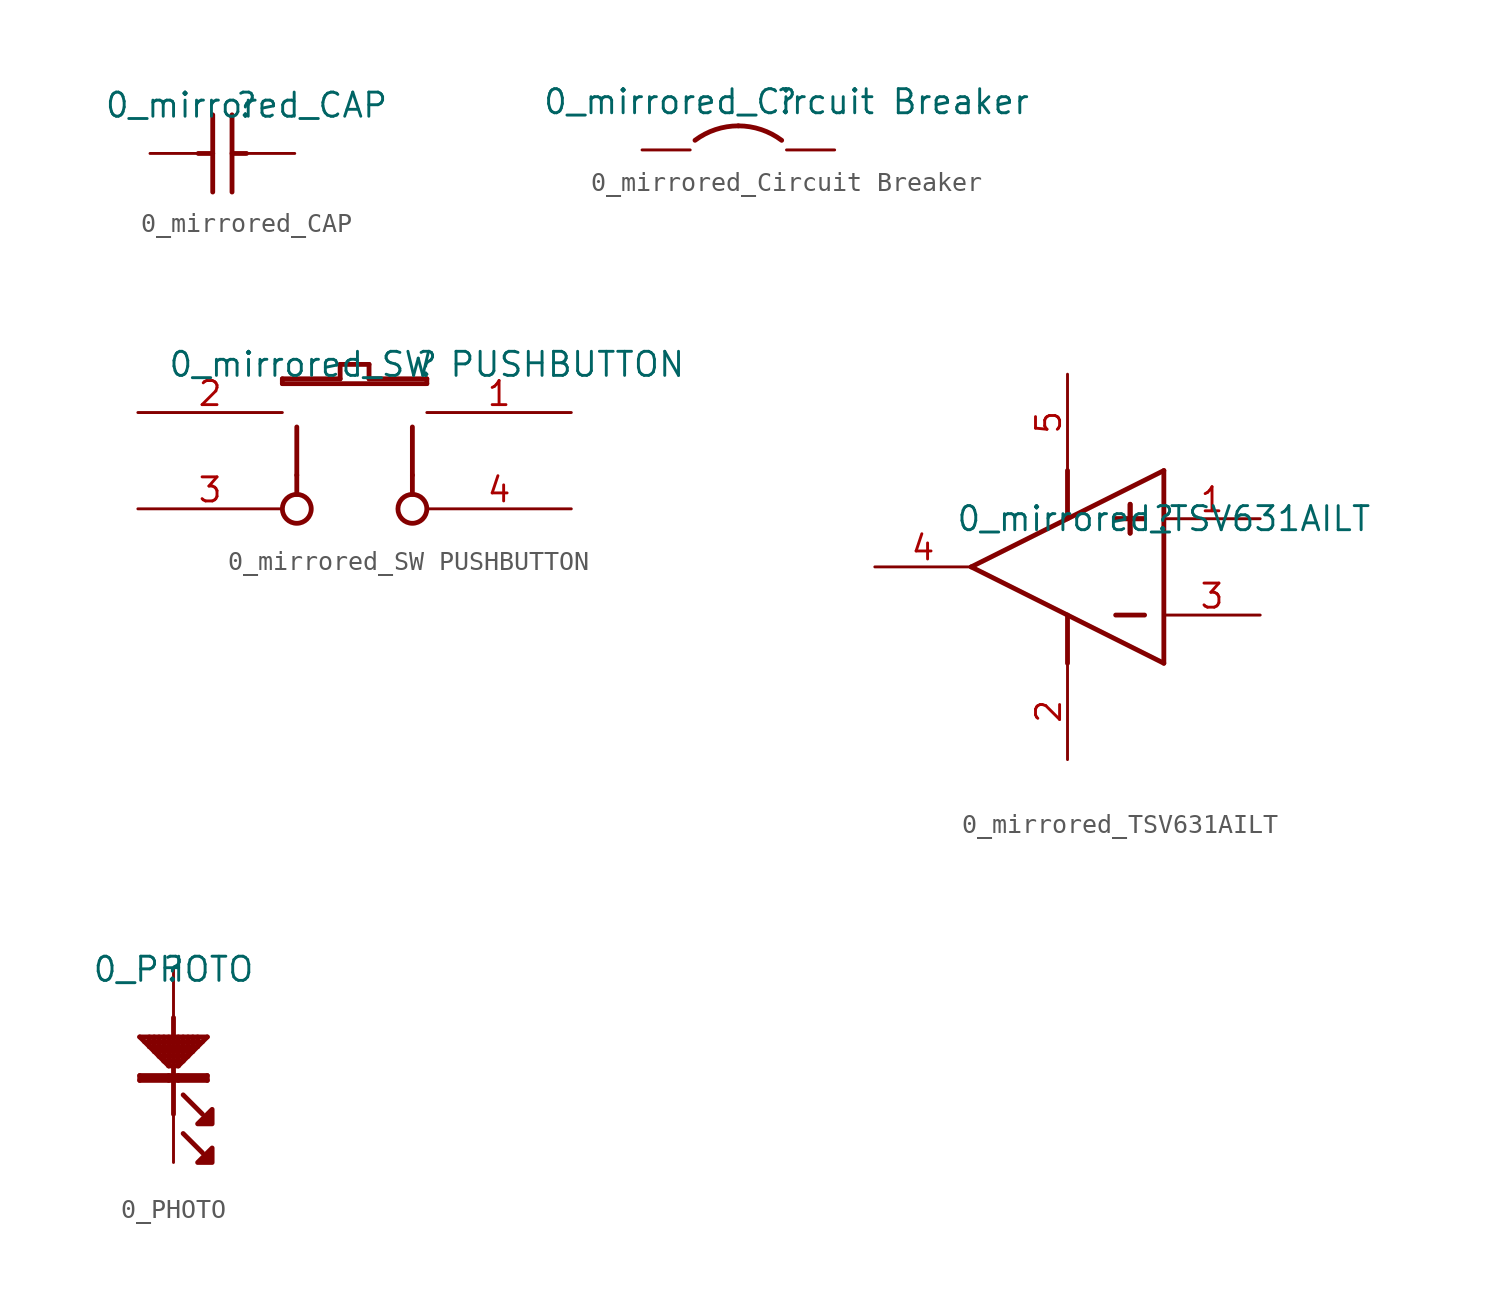
<source format=kicad_sym>
(kicad_symbol_lib
  (version 20211014)
  (generator kicad_symbol_editor)
  (symbol "0_mirrored_CAP"
    (property "Reference" ""
      (at 0 0 0)
      (effects (font (size 1.27 1.27))))
    (property "Value" "0_mirrored_CAP"
      (at 0 0 0)
      (effects (font (size 1.27 1.27))))
    (symbol "0_mirrored_CAP_1_0"
      (polyline (pts (xy -2.54 -2.54) (xy -1.778 -2.54)) (stroke (width 0.254) (type default) (color 0 0 0 0)) (fill (type none)))
      (polyline (pts (xy -1.778 -0.508) (xy -1.778 -4.572)) (stroke (width 0.254) (type default) (color 0 0 0 0)) (fill (type none)))
      (polyline (pts (xy -0.762 -4.572) (xy -0.762 -0.508)) (stroke (width 0.254) (type default) (color 0 0 0 0)) (fill (type none)))
      (polyline (pts (xy 0 -2.54) (xy -0.762 -2.54)) (stroke (width 0.254) (type default) (color 0 0 0 0)) (fill (type none)))
      (pin passive line (at 2.54 -2.54 180) (length 2.54) (name "1" (effects (font (size 0 0)))) (number "1" (effects (font (size 0 0)))))
      (pin passive line (at -5.08 -2.54 0) (length 2.54) (name "2" (effects (font (size 0 0)))) (number "2" (effects (font (size 0 0)))))))
  (symbol "0_mirrored_Circuit Breaker"
    (property "Reference" ""
      (at 0 0 0)
      (effects (font (size 1.27 1.27))))
    (property "Value" "0_mirrored_Circuit Breaker"
      (at 0 0 0)
      (effects (font (size 1.27 1.27))))
    (symbol "0_mirrored_Circuit Breaker_1_0"
      (arc (start -2.54 -1.27) (mid -3.7448 -1.4655) (end -4.826 -2.032) (stroke (width 0.254) (type default) (color 0 0 0 0)) (fill (type none)))
      (arc (start -0.254 -2.032) (mid -1.3352 -1.4655) (end -2.54 -1.27) (stroke (width 0.254) (type default) (color 0 0 0 0)) (fill (type none)))
      (pin passive line (at 2.54 -2.54 180) (length 2.54) (name "1" (effects (font (size 0 0)))) (number "1" (effects (font (size 0 0)))))
      (pin passive line (at -7.62 -2.54 0) (length 2.54) (name "2" (effects (font (size 0 0)))) (number "2" (effects (font (size 0 0)))))))
  (symbol "0_mirrored_SW PUSHBUTTON"
    (property "Reference" ""
      (at 0 0 0)
      (effects (font (size 1.27 1.27))))
    (property "Value" "0_mirrored_SW PUSHBUTTON"
      (at 0 0 0)
      (effects (font (size 1.27 1.27))))
    (symbol "0_mirrored_SW PUSHBUTTON_1_0"
      (circle (center -6.858 -7.62) (radius 0.762) (stroke (width 0.254) (type default) (color 0 0 0 0)) (fill (type none)))
      (circle (center -0.762 -7.62) (radius 0.762) (stroke (width 0.254) (type default) (color 0 0 0 0)) (fill (type none)))
      (polyline (pts (xy -7.62 -1.016) (xy -7.62 -0.762)) (stroke (width 0.254) (type default) (color 0 0 0 0)) (fill (type none)))
      (polyline (pts (xy -7.62 -0.762) (xy -4.572 -0.762)) (stroke (width 0.254) (type default) (color 0 0 0 0)) (fill (type none)))
      (polyline (pts (xy -6.858 -5.842) (xy -6.858 -6.858)) (stroke (width 0.254) (type default) (color 0 0 0 0)) (fill (type none)))
      (polyline (pts (xy -6.858 -3.302) (xy -6.858 -5.842)) (stroke (width 0.254) (type default) (color 0 0 0 0)) (fill (type none)))
      (polyline (pts (xy -4.572 -0.762) (xy -4.572 0)) (stroke (width 0.254) (type default) (color 0 0 0 0)) (fill (type none)))
      (polyline (pts (xy -4.572 0) (xy -3.048 0)) (stroke (width 0.254) (type default) (color 0 0 0 0)) (fill (type none)))
      (polyline (pts (xy -3.048 -0.762) (xy 0 -0.762)) (stroke (width 0.254) (type default) (color 0 0 0 0)) (fill (type none)))
      (polyline (pts (xy -3.048 0) (xy -3.048 -0.762)) (stroke (width 0.254) (type default) (color 0 0 0 0)) (fill (type none)))
      (polyline (pts (xy -0.762 -5.842) (xy -0.762 -6.858)) (stroke (width 0.254) (type default) (color 0 0 0 0)) (fill (type none)))
      (polyline (pts (xy -0.762 -3.302) (xy -0.762 -5.842)) (stroke (width 0.254) (type default) (color 0 0 0 0)) (fill (type none)))
      (polyline (pts (xy 0 -1.016) (xy -7.62 -1.016)) (stroke (width 0.254) (type default) (color 0 0 0 0)) (fill (type none)))
      (polyline (pts (xy 0 -0.762) (xy 0 -1.016)) (stroke (width 0.254) (type default) (color 0 0 0 0)) (fill (type none)))
      (pin passive line (at 7.62 -2.54 180) (length 7.62) (name "A0" (effects (font (size 0 0)))) (number "1" (effects (font (size 1.27 1.27)))))
      (pin passive line (at -15.24 -2.54 0) (length 7.62) (name "B0" (effects (font (size 0 0)))) (number "2" (effects (font (size 1.27 1.27)))))
      (pin passive line (at -15.24 -7.62 0) (length 7.62) (name "B1" (effects (font (size 0 0)))) (number "3" (effects (font (size 1.27 1.27)))))
      (pin passive line (at 7.62 -7.62 180) (length 7.62) (name "A1" (effects (font (size 0 0)))) (number "4" (effects (font (size 1.27 1.27)))))))
  (symbol "0_mirrored_TSV631AILT"
    (property "Reference" ""
      (at 0 0 0)
      (effects (font (size 1.27 1.27))))
    (property "Value" "0_mirrored_TSV631AILT"
      (at 0 0 0)
      (effects (font (size 1.27 1.27))))
    (symbol "0_mirrored_TSV631AILT_1_0"
      (polyline (pts (xy -5.08 -5.08) (xy -5.08 -7.62)) (stroke (width 0.254) (type default) (color 0 0 0 0)) (fill (type none)))
      (polyline (pts (xy -5.08 2.54) (xy -5.08 0)) (stroke (width 0.254) (type default) (color 0 0 0 0)) (fill (type none)))
      (polyline (pts (xy -1.778 0.762) (xy -1.778 -0.762)) (stroke (width 0.254) (type default) (color 0 0 0 0)) (fill (type none)))
      (polyline (pts (xy -1.778 0.762) (xy -1.778 -0.762)) (stroke (width 0.254) (type default) (color 0 0 0 0)) (fill (type none)))
      (polyline (pts (xy -1.016 -5.08) (xy -2.54 -5.08)) (stroke (width 0.254) (type default) (color 0 0 0 0)) (fill (type none)))
      (polyline (pts (xy -1.016 0) (xy -2.54 0)) (stroke (width 0.254) (type default) (color 0 0 0 0)) (fill (type none)))
      (polyline (pts (xy -1.016 0) (xy -2.54 0)) (stroke (width 0.254) (type default) (color 0 0 0 0)) (fill (type none)))
      (polyline (pts (xy 0 -7.62) (xy -10.16 -2.54)) (stroke (width 0.254) (type default) (color 0 0 0 0)) (fill (type none)))
      (polyline (pts (xy 0 2.54) (xy -10.16 -2.54)) (stroke (width 0.254) (type default) (color 0 0 0 0)) (fill (type none)))
      (polyline (pts (xy 0 2.54) (xy 0 -7.62)) (stroke (width 0.254) (type default) (color 0 0 0 0)) (fill (type none)))
      (pin input line (at 5.08 0 180) (length 5.08) (name "IN+" (effects (font (size 0 0)))) (number "1" (effects (font (size 1.27 1.27)))))
      (pin power_in line (at -5.08 -12.7 90) (length 5.08) (name "VDD" (effects (font (size 0 0)))) (number "2" (effects (font (size 1.27 1.27)))))
      (pin input line (at 5.08 -5.08 180) (length 5.08) (name "IN-" (effects (font (size 0 0)))) (number "3" (effects (font (size 1.27 1.27)))))
      (pin output line (at -15.24 -2.54 0) (length 5.08) (name "OUT" (effects (font (size 0 0)))) (number "4" (effects (font (size 1.27 1.27)))))
      (pin power_in line (at -5.08 7.62 270) (length 5.08) (name "VCC" (effects (font (size 0 0)))) (number "5" (effects (font (size 1.27 1.27)))))))
  (symbol "0_PHOTO"
    (property "Reference" ""
      (at 0 0 0)
      (effects (font (size 1.27 1.27))))
    (property "Value" "0_PHOTO"
      (at 0 0 0)
      (effects (font (size 1.27 1.27))))
    (symbol "0_PHOTO_1_0"
      (polyline (pts (xy -1.778 -5.588) (xy -1.778 -5.842)) (stroke (width 0.254) (type default) (color 0 0 0 0)) (fill (type none)))
      (polyline (pts (xy -1.27 -3.556) (xy -1.27 -4.064)) (stroke (width 0.254) (type default) (color 0 0 0 0)) (fill (type none)))
      (polyline (pts (xy -1.016 -3.556) (xy -1.016 -4.318)) (stroke (width 0.254) (type default) (color 0 0 0 0)) (fill (type none)))
      (polyline (pts (xy -0.762 -3.556) (xy -0.762 -4.572)) (stroke (width 0.254) (type default) (color 0 0 0 0)) (fill (type none)))
      (polyline (pts (xy -0.508 -3.556) (xy -0.508 -4.826)) (stroke (width 0.254) (type default) (color 0 0 0 0)) (fill (type none)))
      (polyline (pts (xy -0.254 -5.588) (xy -0.254 -5.842)) (stroke (width 0.254) (type default) (color 0 0 0 0)) (fill (type none)))
      (polyline (pts (xy -0.254 -5.08) (xy -1.778 -3.556)) (stroke (width 0.254) (type default) (color 0 0 0 0)) (fill (type none)))
      (polyline (pts (xy -0.254 -3.556) (xy -0.254 -5.08)) (stroke (width 0.254) (type default) (color 0 0 0 0)) (fill (type none)))
      (polyline (pts (xy 0 -2.54) (xy 0 -7.62)) (stroke (width 0.254) (type default) (color 0 0 0 0)) (fill (type none)))
      (polyline (pts (xy 0.254 -5.588) (xy 0.254 -5.842)) (stroke (width 0.254) (type default) (color 0 0 0 0)) (fill (type none)))
      (polyline (pts (xy 0.254 -5.08) (xy -0.254 -5.08)) (stroke (width 0.254) (type default) (color 0 0 0 0)) (fill (type none)))
      (polyline (pts (xy 0.254 -3.556) (xy 0.254 -5.08)) (stroke (width 0.254) (type default) (color 0 0 0 0)) (fill (type none)))
      (polyline (pts (xy 0.508 -8.636) (xy 1.524 -9.652)) (stroke (width 0.254) (type default) (color 0 0 0 0)) (fill (type none)))
      (polyline (pts (xy 0.508 -6.604) (xy 1.524 -7.62)) (stroke (width 0.254) (type default) (color 0 0 0 0)) (fill (type none)))
      (polyline (pts (xy 0.508 -4.826) (xy -0.508 -4.826)) (stroke (width 0.254) (type default) (color 0 0 0 0)) (fill (type none)))
      (polyline (pts (xy 0.508 -3.556) (xy 0.508 -4.826)) (stroke (width 0.254) (type default) (color 0 0 0 0)) (fill (type none)))
      (polyline (pts (xy 0.762 -4.572) (xy -0.762 -4.572)) (stroke (width 0.254) (type default) (color 0 0 0 0)) (fill (type none)))
      (polyline (pts (xy 0.762 -3.556) (xy 0.762 -4.572)) (stroke (width 0.254) (type default) (color 0 0 0 0)) (fill (type none)))
      (polyline (pts (xy 1.016 -4.318) (xy -1.016 -4.318)) (stroke (width 0.254) (type default) (color 0 0 0 0)) (fill (type none)))
      (polyline (pts (xy 1.016 -3.556) (xy 1.016 -4.318)) (stroke (width 0.254) (type default) (color 0 0 0 0)) (fill (type none)))
      (polyline (pts (xy 1.27 -4.064) (xy -1.27 -4.064)) (stroke (width 0.254) (type default) (color 0 0 0 0)) (fill (type none)))
      (polyline (pts (xy 1.27 -3.556) (xy 1.27 -4.064)) (stroke (width 0.254) (type default) (color 0 0 0 0)) (fill (type none)))
      (polyline (pts (xy 1.524 -3.81) (xy -1.524 -3.81)) (stroke (width 0.254) (type default) (color 0 0 0 0)) (fill (type none)))
      (polyline (pts (xy 1.778 -5.842) (xy -1.778 -5.842)) (stroke (width 0.254) (type default) (color 0 0 0 0)) (fill (type none)))
      (polyline (pts (xy 1.778 -5.588) (xy -1.778 -5.588)) (stroke (width 0.254) (type default) (color 0 0 0 0)) (fill (type none)))
      (polyline (pts (xy 1.778 -5.588) (xy 1.778 -5.842)) (stroke (width 0.254) (type default) (color 0 0 0 0)) (fill (type none)))
      (polyline (pts (xy 1.778 -3.556) (xy -1.778 -3.556)) (stroke (width 0.254) (type default) (color 0 0 0 0)) (fill (type none)))
      (polyline (pts (xy 1.778 -3.556) (xy 0.254 -5.08)) (stroke (width 0.254) (type default) (color 0 0 0 0)) (fill (type none)))
      (polyline (pts (xy 2.032 -9.398) (xy 2.032 -10.16) (xy 1.27 -10.16) (xy 2.032 -9.398)) (stroke (width 0.254) (type default) (color 0 0 0 0)) (fill (type outline)))
      (polyline (pts (xy 2.032 -7.366) (xy 2.032 -8.128) (xy 1.27 -8.128) (xy 2.032 -7.366)) (stroke (width 0.254) (type default) (color 0 0 0 0)) (fill (type outline)))
      (pin passive line (at 0 0 270) (length 2.54) (name "" (effects (font (size 0 0)))) (number "1" (effects (font (size 0 0)))))
      (pin passive line (at 0 -10.16 90) (length 2.54) (name "" (effects (font (size 0 0)))) (number "2" (effects (font (size 0 0))))))))
</source>
